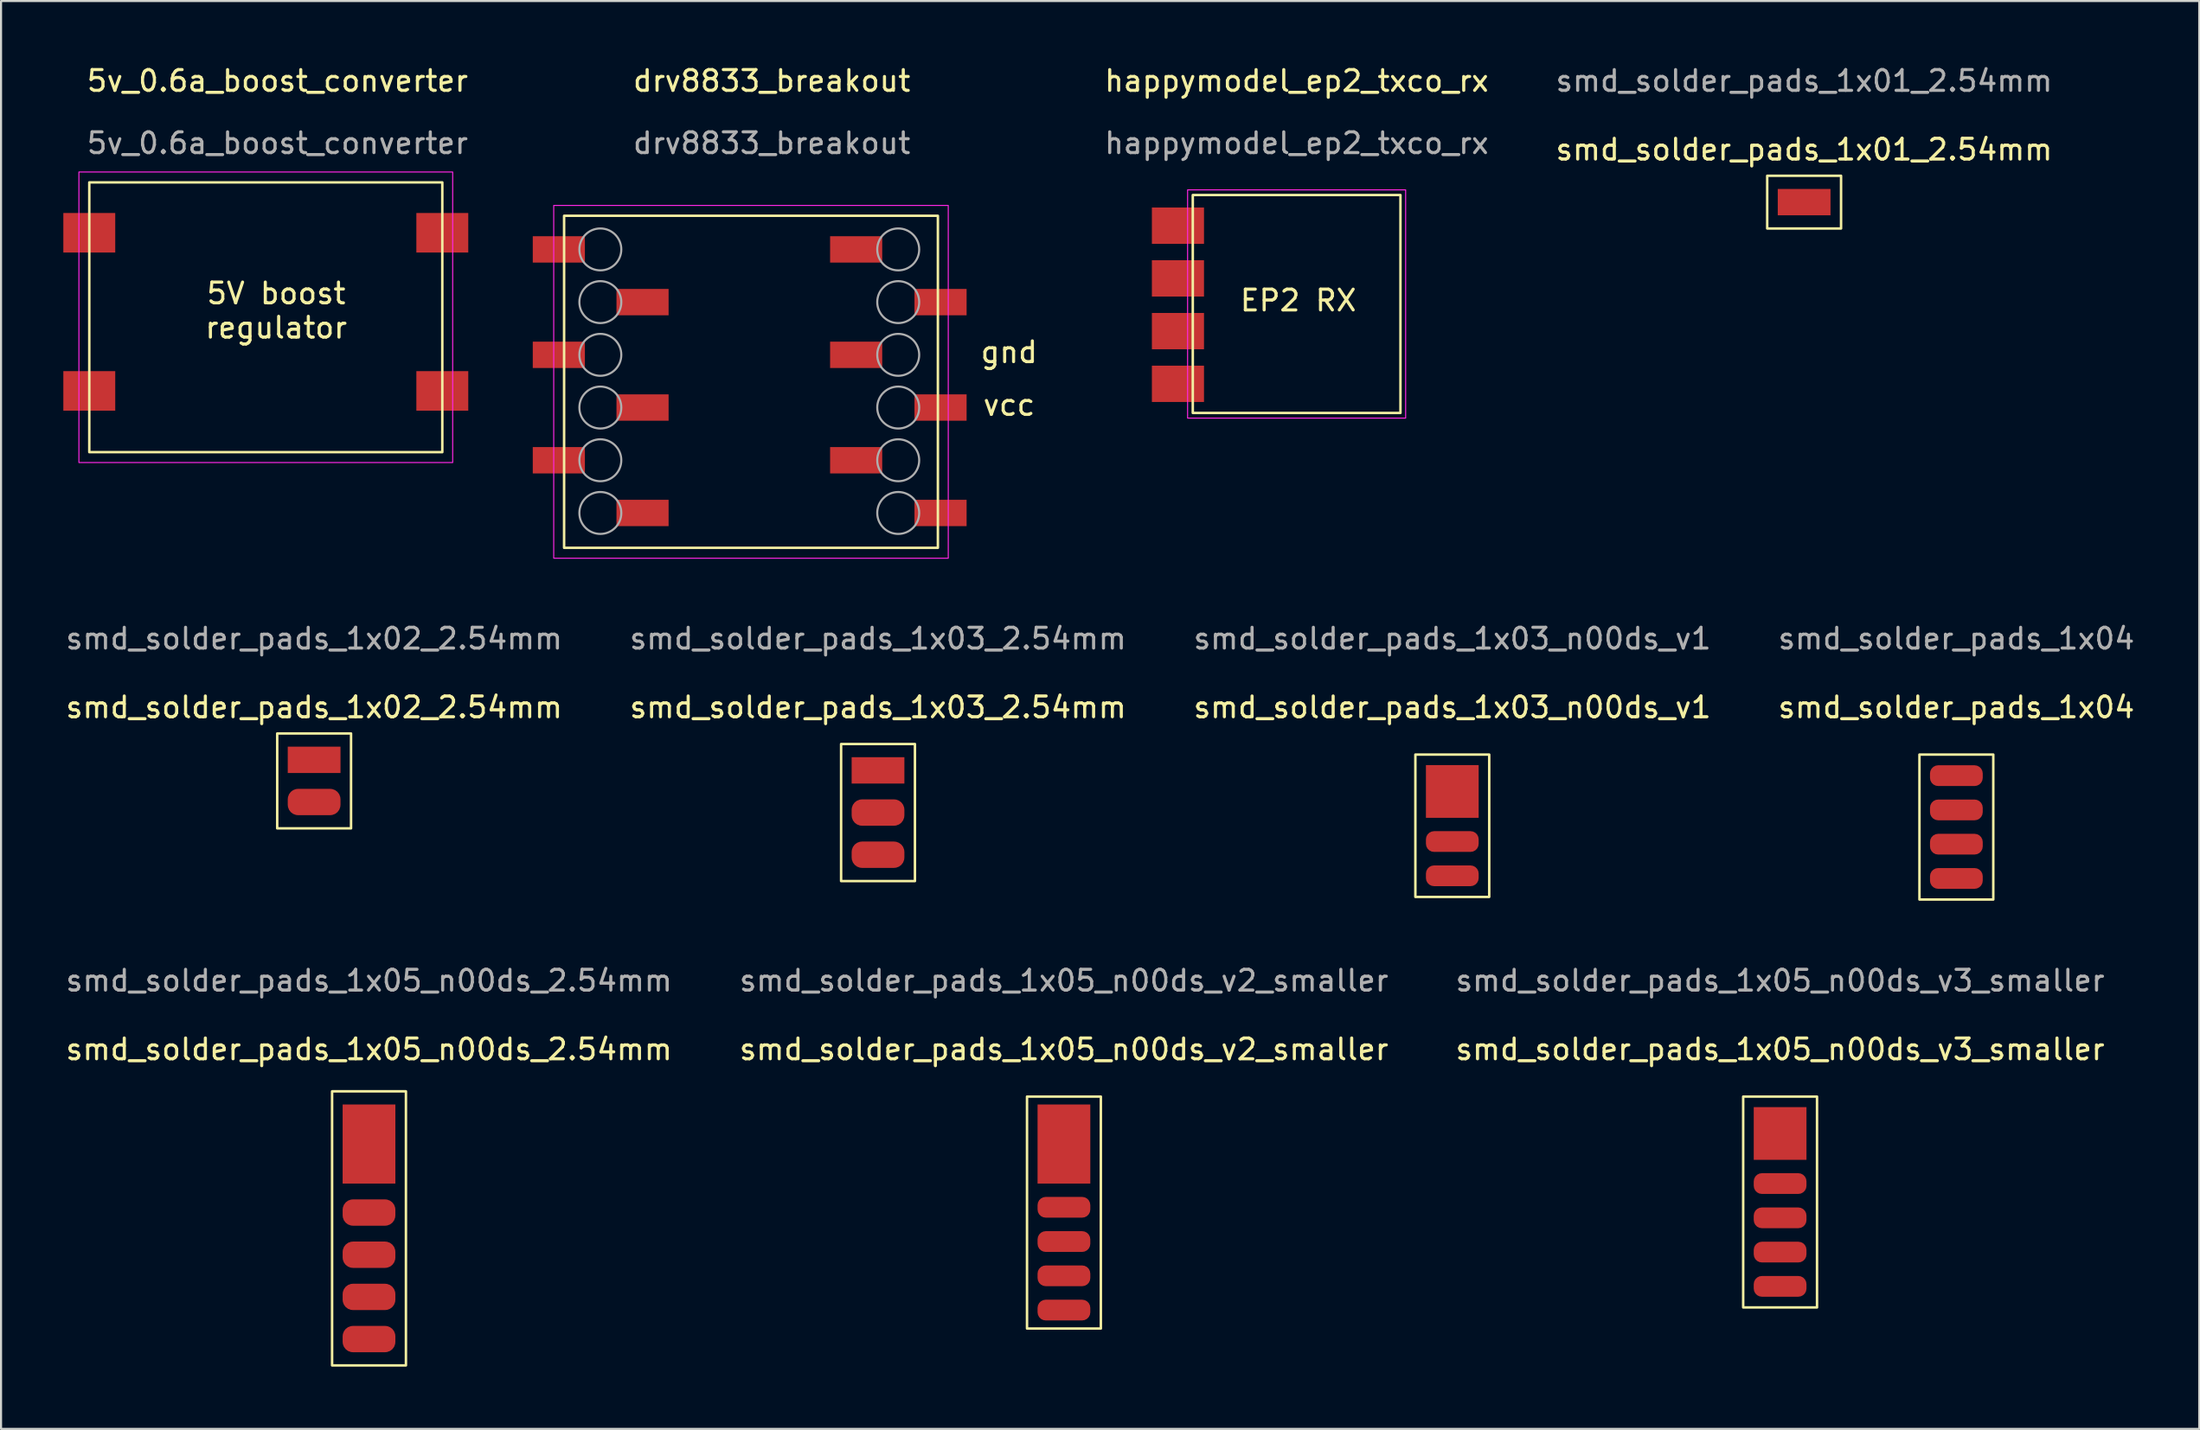
<source format=kicad_pcb>
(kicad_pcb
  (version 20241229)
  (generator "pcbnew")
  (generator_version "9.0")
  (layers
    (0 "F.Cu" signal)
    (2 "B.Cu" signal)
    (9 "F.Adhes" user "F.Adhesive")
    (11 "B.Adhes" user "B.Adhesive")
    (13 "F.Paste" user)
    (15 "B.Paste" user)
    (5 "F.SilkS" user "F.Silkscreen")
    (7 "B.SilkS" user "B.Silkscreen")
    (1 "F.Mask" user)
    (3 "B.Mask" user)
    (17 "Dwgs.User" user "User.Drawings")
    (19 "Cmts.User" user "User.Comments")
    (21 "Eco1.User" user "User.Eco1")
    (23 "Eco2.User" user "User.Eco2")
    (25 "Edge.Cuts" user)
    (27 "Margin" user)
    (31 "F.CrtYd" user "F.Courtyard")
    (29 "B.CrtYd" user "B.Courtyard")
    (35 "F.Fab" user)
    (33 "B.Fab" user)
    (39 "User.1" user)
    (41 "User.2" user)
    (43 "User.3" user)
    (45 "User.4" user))
  (footprint "drv8833_breakout"
    (layer "F.Cu")
    (at 34.115 1.348)
    (property "Reference" "drv8833_breakout" (at 0 -0.5 0) (unlocked yes) (layer "F.SilkS") (effects (font (size 1 1) (thickness 0.15))))
    (attr smd)
    (fp_rect (start 8 22) (end -10 6) (stroke (width 0.12) (type solid)) (fill no) (layer "F.SilkS"))
    (fp_rect (start -10.5 5.5) (end 8.5 22.5) (stroke (width 0.05) (type solid)) (fill no) (layer "F.CrtYd"))
    (fp_circle (center -8.255 7.62) (end -7.245 7.62) (stroke (width 0.1) (type solid)) (fill no) (layer "F.Fab"))
    (fp_circle (center -8.255 10.16) (end -7.245 10.16) (stroke (width 0.1) (type solid)) (fill no) (layer "F.Fab"))
    (fp_circle (center -8.255 12.7) (end -7.245 12.7) (stroke (width 0.1) (type solid)) (fill no) (layer "F.Fab"))
    (fp_circle (center -8.255 15.24) (end -7.245 15.24) (stroke (width 0.1) (type solid)) (fill no) (layer "F.Fab"))
    (fp_circle (center -8.255 17.78) (end -7.245 17.78) (stroke (width 0.1) (type solid)) (fill no) (layer "F.Fab"))
    (fp_circle (center -8.255 20.32) (end -7.245 20.32) (stroke (width 0.1) (type solid)) (fill no) (layer "F.Fab"))
    (fp_circle (center 6.09 7.62) (end 7.1 7.62) (stroke (width 0.1) (type solid)) (fill no) (layer "F.Fab"))
    (fp_circle (center 6.09 10.16) (end 7.1 10.16) (stroke (width 0.1) (type solid)) (fill no) (layer "F.Fab"))
    (fp_circle (center 6.09 12.7) (end 7.1 12.7) (stroke (width 0.1) (type solid)) (fill no) (layer "F.Fab"))
    (fp_circle (center 6.09 15.24) (end 7.1 15.24) (stroke (width 0.1) (type solid)) (fill no) (layer "F.Fab"))
    (fp_circle (center 6.09 17.78) (end 7.1 17.78) (stroke (width 0.1) (type solid)) (fill no) (layer "F.Fab"))
    (fp_circle (center 6.09 20.32) (end 7.1 20.32) (stroke (width 0.1) (type solid)) (fill no) (layer "F.Fab"))
    (fp_text user "gnd" (at 11.43 12.573 0) (unlocked yes) (layer "F.SilkS") (effects (font (size 1 1) (thickness 0.15))))
    (fp_text user "vcc" (at 11.43 15.113 0) (unlocked yes) (layer "F.SilkS") (effects (font (size 1 1) (thickness 0.15))))
    (fp_text user "${REFERENCE}" (at 0 2.5 0) (unlocked yes) (layer "F.Fab") (effects (font (size 1 1) (thickness 0.15))))
    (pad "1" smd rect (at -10.254 7.62) (size 2.51 1.27) (layers "F.Cu" "F.Mask" "F.Paste"))
    (pad "2" smd rect (at -6.223 10.16) (size 2.51 1.27) (layers "F.Cu" "F.Mask" "F.Paste"))
    (pad "3" smd rect (at -10.254 12.7) (size 2.51 1.27) (layers "F.Cu" "F.Mask" "F.Paste"))
    (pad "4" smd rect (at -6.223 15.24) (size 2.51 1.27) (layers "F.Cu" "F.Mask" "F.Paste"))
    (pad "5" smd rect (at -10.254 17.78) (size 2.51 1.27) (layers "F.Cu" "F.Mask" "F.Paste"))
    (pad "6" smd rect (at -6.223 20.32) (size 2.51 1.27) (layers "F.Cu" "F.Mask" "F.Paste"))
    (pad "7" smd rect (at 8.128 20.32) (size 2.51 1.27) (layers "F.Cu" "F.Mask" "F.Paste"))
    (pad "8" smd rect (at 4.064 17.78) (size 2.51 1.27) (layers "F.Cu" "F.Mask" "F.Paste"))
    (pad "9" smd rect (at 8.128 15.24) (size 2.51 1.27) (layers "F.Cu" "F.Mask" "F.Paste"))
    (pad "10" smd rect (at 4.064 12.7) (size 2.51 1.27) (layers "F.Cu" "F.Mask" "F.Paste"))
    (pad "11" smd rect (at 8.128 10.16) (size 2.51 1.27) (layers "F.Cu" "F.Mask" "F.Paste"))
    (pad "12" smd rect (at 4.064 7.62) (size 2.51 1.27) (layers "F.Cu" "F.Mask" "F.Paste"))
    (zone (net_name "") (layers "F.Cu" "F.CrtYd") (hatch full 0.508) (connect_pads) (min_thickness 0.254) (filled_areas_thickness no) (keepout (tracks not_allowed) (vias not_allowed) (pads not_allowed) (copperpour not_allowed) (footprints allowed)) (placement (enabled no)) (fill) (polygon (pts (xy 35.037 10.904) (xy 30.465 10.904) (xy 30.465 7.856) (xy 35.037 7.856)))))
  (footprint "happymodel_ep2_txco_rx"
    (layer "F.Cu")
    (at 59.39 1.348)
    (property "Reference" "happymodel_ep2_txco_rx" (at 0 -0.5 0) (unlocked yes) (layer "F.SilkS") (effects (font (size 1 1) (thickness 0.15))))
    (attr smd)
    (fp_rect (start -5 5) (end 5 15.5) (stroke (width 0.12) (type solid)) (fill no) (layer "F.SilkS"))
    (fp_rect (start -5.25 4.75) (end 5.25 15.75) (stroke (width 0.05) (type solid)) (fill no) (layer "F.CrtYd"))
    (fp_text user "EP2 RX" (at 0.08 10.08 0) (unlocked yes) (layer "F.SilkS") (effects (font (size 1 1) (thickness 0.15))))
    (fp_text user "${REFERENCE}" (at 0 2.5 0) (unlocked yes) (layer "F.Fab") (effects (font (size 1 1) (thickness 0.15))))
    (pad "1" smd rect (at -5.715 6.477) (size 2.51 1.75) (layers "F.Cu" "F.Mask" "F.Paste"))
    (pad "2" smd rect (at -5.715 9.017) (size 2.51 1.75) (layers "F.Cu" "F.Mask" "F.Paste"))
    (pad "3" smd rect (at -5.715 11.557) (size 2.51 1.75) (layers "F.Cu" "F.Mask" "F.Paste"))
    (pad "4" smd rect (at -5.715 14.097) (size 2.51 1.75) (layers "F.Cu" "F.Mask" "F.Paste")))
  (footprint "smd_solder_pads_1x01_2.54mm"
    (layer "F.Cu")
    (at 83.83 4.658)
    (property "Reference" "smd_solder_pads_1x01_2.54mm" (at 0 -0.5 0) (unlocked yes) (layer "F.SilkS") (effects (font (size 1 1) (thickness 0.15))))
    (attr smd)
    (fp_rect (start -1.778 0.762) (end 1.778 3.302) (stroke (width 0.12) (type solid)) (fill no) (layer "F.SilkS"))
    (fp_text user "${REFERENCE}" (at 0 -3.81 0) (unlocked yes) (layer "F.Fab") (effects (font (size 1 1) (thickness 0.15))))
    (pad "1" smd rect (at 0 2.032) (size 2.54 1.27) (layers "F.Cu" "F.Mask" "F.Paste")))
  (footprint "5v_0.6a_boost_converter"
    (layer "F.Cu")
    (at 10.06 4.61)
    (property "Reference" "5v_0.6a_boost_converter" (at 0.254 -3.762 0) (unlocked yes) (layer "F.SilkS") (effects (font (size 1 1) (thickness 0.15))))
    (attr smd)
    (fp_rect (start -8.81 1.128) (end 8.19 14.128) (stroke (width 0.12) (type solid)) (fill no) (layer "F.SilkS"))
    (fp_rect (start -9.31 0.628) (end 8.69 14.628) (stroke (width 0.05) (type solid)) (fill no) (layer "F.CrtYd"))
    (fp_text user "5V boost" (at 0.19 6.477 0) (unlocked yes) (layer "F.SilkS") (effects (font (size 1 1) (thickness 0.15))))
    (fp_text user "regulator" (at 0.19 8.128 0) (unlocked yes) (layer "F.SilkS") (effects (font (size 1 1) (thickness 0.15))))
    (fp_text user "${REFERENCE}" (at 0.254 -0.762 0) (unlocked yes) (layer "F.Fab") (effects (font (size 1 1) (thickness 0.15))))
    (pad "1" smd rect (at -8.81 3.556) (size 2.5 1.905) (layers "F.Cu" "F.Mask" "F.Paste"))
    (pad "2" smd rect (at -8.81 11.176) (size 2.5 1.905) (layers "F.Cu" "F.Mask" "F.Paste"))
    (pad "3" smd rect (at 8.19 11.176) (size 2.5 1.905) (layers "F.Cu" "F.Mask" "F.Paste"))
    (pad "4" smd rect (at 8.19 3.556) (size 2.5 1.905) (layers "F.Cu" "F.Mask" "F.Paste")))
  (footprint "smd_solder_pads_1x05_n00ds_2.54mm"
    (layer "F.Cu")
    (at 14.72 48.013)
    (property "Reference" "smd_solder_pads_1x05_n00ds_2.54mm" (at 0 -0.5 0) (unlocked yes) (layer "F.SilkS") (effects (font (size 1 1) (thickness 0.15))))
    (attr smd)
    (fp_rect (start -1.778 1.524) (end 1.778 14.732) (stroke (width 0.12) (type solid)) (fill no) (layer "F.SilkS"))
    (fp_text user "${REFERENCE}" (at 0 -3.81 0) (unlocked yes) (layer "F.Fab") (effects (font (size 1 1) (thickness 0.15))))
    (pad "1" smd rect (at 0 4.064 180) (size 2.54 3.81) (layers "F.Cu" "F.Mask" "F.Paste"))
    (pad "2" smd roundrect (at 0 7.366) (size 2.54 1.27) (layers "F.Cu" "F.Mask" "F.Paste") (roundrect_rratio 0.394))
    (pad "3" smd roundrect (at 0 9.398) (size 2.54 1.27) (layers "F.Cu" "F.Mask" "F.Paste") (roundrect_rratio 0.394))
    (pad "4" smd roundrect (at 0 11.43) (size 2.54 1.27) (layers "F.Cu" "F.Mask" "F.Paste") (roundrect_rratio 0.394))
    (pad "5" smd roundrect (at 0 13.462) (size 2.54 1.27) (layers "F.Cu" "F.Mask" "F.Paste") (roundrect_rratio 0.394)))
  (footprint "smd_solder_pads_1x05_n00ds_v2_smaller"
    (layer "F.Cu")
    (at 48.185 48.013)
    (property "Reference" "smd_solder_pads_1x05_n00ds_v2_smaller" (at 0 -0.5 0) (unlocked yes) (layer "F.SilkS") (effects (font (size 1 1) (thickness 0.15))))
    (attr smd)
    (fp_rect (start -1.778 1.778) (end 1.778 12.954) (stroke (width 0.12) (type solid)) (fill no) (layer "F.SilkS"))
    (fp_text user "${REFERENCE}" (at 0 -3.81 0) (unlocked yes) (layer "F.Fab") (effects (font (size 1 1) (thickness 0.15))))
    (pad "1" smd rect (at 0 4.064 180) (size 2.54 3.81) (layers "F.Cu" "F.Mask" "F.Paste"))
    (pad "2" smd roundrect (at 0 7.112) (size 2.54 1) (layers "F.Cu" "F.Mask" "F.Paste") (roundrect_rratio 0.394))
    (pad "3" smd roundrect (at 0 8.763) (size 2.54 1) (layers "F.Cu" "F.Mask" "F.Paste") (roundrect_rratio 0.394))
    (pad "4" smd roundrect (at 0 10.414) (size 2.54 1) (layers "F.Cu" "F.Mask" "F.Paste") (roundrect_rratio 0.394))
    (pad "5" smd roundrect (at 0 12.065) (size 2.54 1) (layers "F.Cu" "F.Mask" "F.Paste") (roundrect_rratio 0.394)))
  (footprint "smd_solder_pads_1x05_n00ds_v3_smaller"
    (layer "F.Cu")
    (at 82.673 48.013)
    (property "Reference" "smd_solder_pads_1x05_n00ds_v3_smaller" (at 0 -0.5 0) (unlocked yes) (layer "F.SilkS") (effects (font (size 1 1) (thickness 0.15))))
    (attr smd)
    (fp_rect (start -1.778 1.778) (end 1.778 11.938) (stroke (width 0.12) (type solid)) (fill no) (layer "F.SilkS"))
    (fp_text user "${REFERENCE}" (at 0 -3.81 0) (unlocked yes) (layer "F.Fab") (effects (font (size 1 1) (thickness 0.15))))
    (pad "1" smd rect (at 0 3.556 180) (size 2.54 2.54) (layers "F.Cu" "F.Mask" "F.Paste"))
    (pad "2" smd roundrect (at 0 5.969) (size 2.54 1) (layers "F.Cu" "F.Mask" "F.Paste") (roundrect_rratio 0.394))
    (pad "3" smd roundrect (at 0 7.62) (size 2.54 1) (layers "F.Cu" "F.Mask" "F.Paste") (roundrect_rratio 0.394))
    (pad "4" smd roundrect (at 0 9.271) (size 2.54 1) (layers "F.Cu" "F.Mask" "F.Paste") (roundrect_rratio 0.394))
    (pad "5" smd roundrect (at 0 10.922) (size 2.54 1) (layers "F.Cu" "F.Mask" "F.Paste") (roundrect_rratio 0.394)))
  (footprint "smd_solder_pads_1x03_n00ds_v1"
    (layer "F.Cu")
    (at 66.887 31.532)
    (property "Reference" "smd_solder_pads_1x03_n00ds_v1" (at 0 -0.5 0) (unlocked yes) (layer "F.SilkS") (effects (font (size 1 1) (thickness 0.15))))
    (attr smd)
    (fp_rect (start -1.778 1.778) (end 1.778 8.638) (stroke (width 0.12) (type solid)) (fill no) (layer "F.SilkS"))
    (fp_text user "${REFERENCE}" (at 0 -3.81 0) (unlocked yes) (layer "F.Fab") (effects (font (size 1 1) (thickness 0.15))))
    (pad "1" smd rect (at 0 3.556 180) (size 2.54 2.54) (layers "F.Cu" "F.Mask" "F.Paste"))
    (pad "2" smd roundrect (at 0 5.969) (size 2.54 1) (layers "F.Cu" "F.Mask" "F.Paste") (roundrect_rratio 0.394))
    (pad "3" smd roundrect (at 0 7.62) (size 2.54 1) (layers "F.Cu" "F.Mask" "F.Paste") (roundrect_rratio 0.394)))
  (footprint "smd_solder_pads_1x03_2.54mm"
    (layer "F.Cu")
    (at 38.462 38.136)
    (property "Reference" "smd_solder_pads_1x03_2.54mm" (at 0.77 -7.104 0) (unlocked yes) (layer "F.SilkS") (effects (font (size 1 1) (thickness 0.15))))
    (attr smd)
    (fp_rect (start -1.008 -5.334) (end 2.548 1.27) (stroke (width 0.12) (type solid)) (fill no) (layer "F.SilkS"))
    (fp_text user "${REFERENCE}" (at 0.77 -10.414 0) (unlocked yes) (layer "F.Fab") (effects (font (size 1 1) (thickness 0.15))))
    (pad "1" smd rect (at 0.77 -4.064) (size 2.54 1.27) (layers "F.Cu" "F.Mask" "F.Paste"))
    (pad "2" smd roundrect (at 0.77 -2.032) (size 2.54 1.27) (layers "F.Cu" "F.Mask" "F.Paste") (roundrect_rratio 0.394))
    (pad "3" smd roundrect (at 0.77 0) (size 2.54 1.27) (layers "F.Cu" "F.Mask" "F.Paste") (roundrect_rratio 0.394)))
  (footprint "smd_solder_pads_1x02_2.54mm"
    (layer "F.Cu")
    (at 12.077 31.532)
    (property "Reference" "smd_solder_pads_1x02_2.54mm" (at 0 -0.5 0) (unlocked yes) (layer "F.SilkS") (effects (font (size 1 1) (thickness 0.15))))
    (attr smd)
    (fp_rect (start -1.778 0.762) (end 1.778 5.334) (stroke (width 0.12) (type solid)) (fill no) (layer "F.SilkS"))
    (fp_text user "${REFERENCE}" (at 0 -3.81 0) (unlocked yes) (layer "F.Fab") (effects (font (size 1 1) (thickness 0.15))))
    (pad "1" smd rect (at 0 2.032) (size 2.54 1.27) (layers "F.Cu" "F.Mask" "F.Paste"))
    (pad "2" smd roundrect (at 0 4.064) (size 2.54 1.27) (layers "F.Cu" "F.Mask" "F.Paste") (roundrect_rratio 0.394)))
  (footprint "smd_solder_pads_1x04"
    (layer "F.Cu")
    (at 91.161 31.532)
    (property "Reference" "smd_solder_pads_1x04" (at 0 -0.5 0) (unlocked yes) (layer "F.SilkS") (effects (font (size 1 1) (thickness 0.15))))
    (attr smd)
    (fp_rect (start -1.778 1.778) (end 1.778 8.763) (stroke (width 0.12) (type solid)) (fill no) (layer "F.SilkS"))
    (fp_text user "${REFERENCE}" (at 0 -3.81 0) (unlocked yes) (layer "F.Fab") (effects (font (size 1 1) (thickness 0.15))))
    (pad "1" smd roundrect (at 0 2.794) (size 2.54 1) (layers "F.Cu" "F.Mask" "F.Paste") (roundrect_rratio 0.394))
    (pad "2" smd roundrect (at 0 4.445) (size 2.54 1) (layers "F.Cu" "F.Mask" "F.Paste") (roundrect_rratio 0.394))
    (pad "3" smd roundrect (at 0 6.096) (size 2.54 1) (layers "F.Cu" "F.Mask" "F.Paste") (roundrect_rratio 0.394))
    (pad "4" smd roundrect (at 0 7.747) (size 2.54 1) (layers "F.Cu" "F.Mask" "F.Paste") (roundrect_rratio 0.394)))
  (gr_rect
    (start -3 -3)
    (end 102.857 65.805)
    (stroke (width 0.1) (type default))
    (fill no)
    (layer "Edge.Cuts")))
</source>
